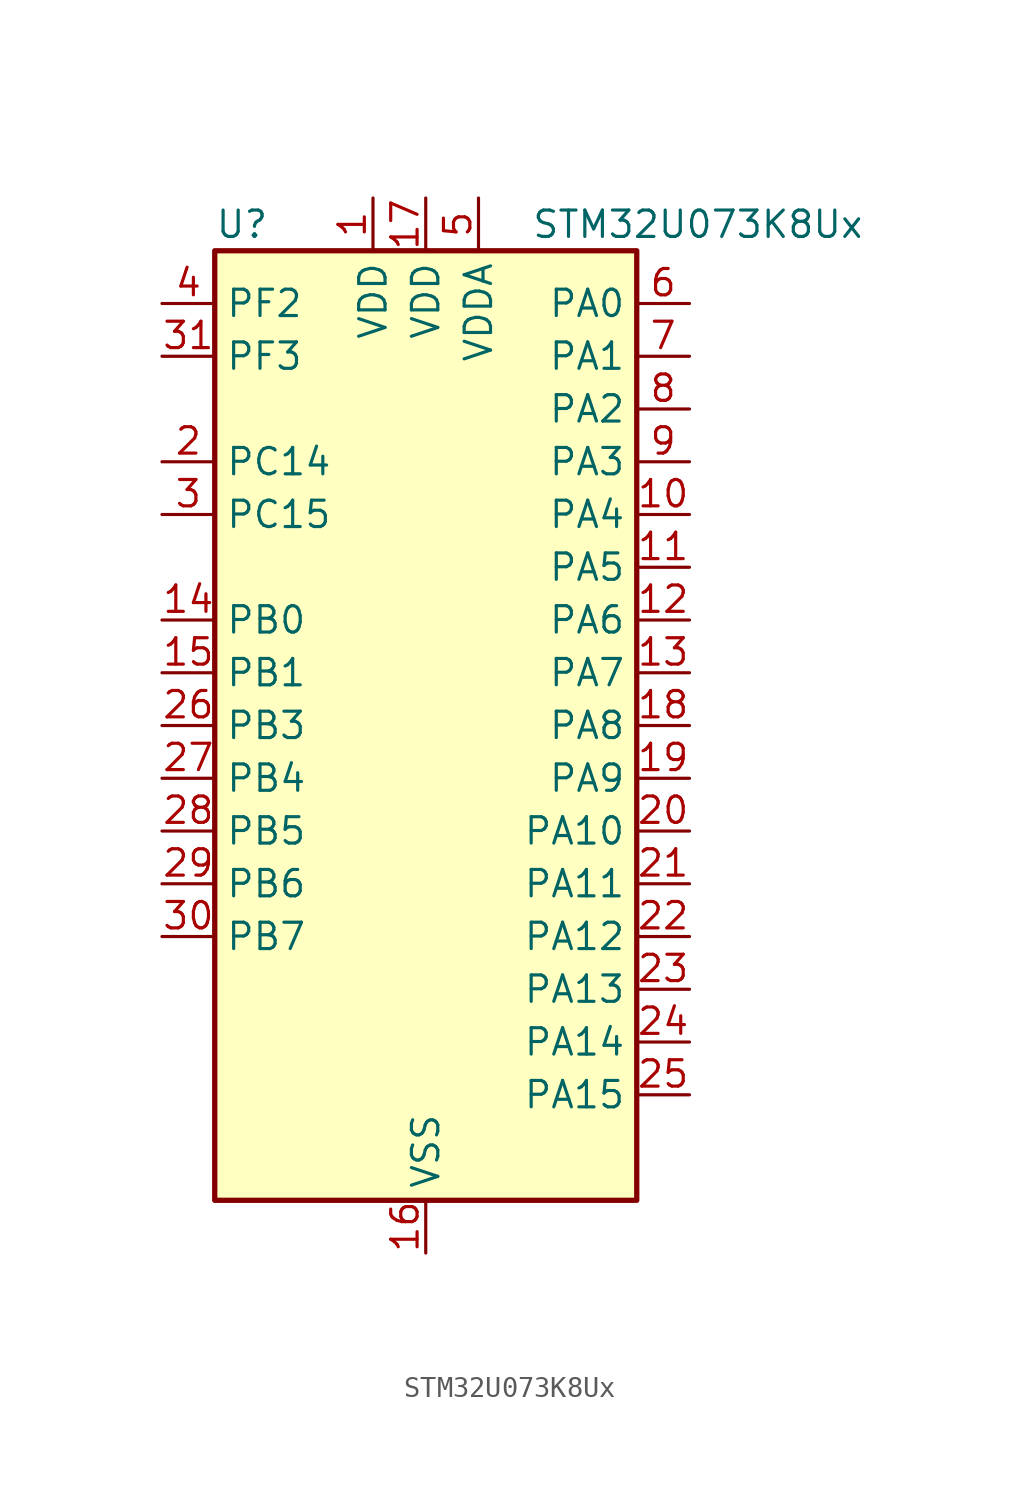
<source format=kicad_sym>
(kicad_symbol_lib
  (version 20231120)
  (generator "kicad_symbol_editor")
  (generator_version "8.99")
  (symbol "STM32U073K8Ux"
    (property "Reference" "U"
      (at -10.16 24.13 0)
      (effects (font (size 1.27 1.27)) (justify left)))
    (property "Value" "STM32U073K8Ux"
      (at 5.08 24.13 0)
      (effects (font (size 1.27 1.27)) (justify left)))
    (property "ki_locked" ""
      (at 0 0 0)
      (effects (font (size 1.27 1.27))))
    (symbol "STM32U073K8Ux_0_1"
      (rectangle (start -10.16 -22.86) (end 10.16 22.86) (stroke (width 0.254) (type default)) (fill (type background))))
    (symbol "STM32U073K8Ux_1_1"
      (pin power_in line (at -2.54 25.4 270) (length 2.54) (name "VDD" (effects (font (size 1.27 1.27)))) (number "1" (effects (font (size 1.27 1.27)))))
      (pin bidirectional line (at 12.7 10.16 180) (length 2.54) (name "PA4" (effects (font (size 1.27 1.27)))) (number "10" (effects (font (size 1.27 1.27)))) (alternate "ADC1_IN8" bidirectional line) (alternate "COMP1_INM" bidirectional line) (alternate "COMP2_INM" bidirectional line) (alternate "DAC1_OUT1" bidirectional line) (alternate "LCD_SEG43" bidirectional line) (alternate "LPTIM2_CH1" bidirectional line) (alternate "LPUART3_TX" bidirectional line) (alternate "SPI1_NSS" bidirectional line) (alternate "SPI3_NSS" bidirectional line) (alternate "USART2_CK" bidirectional line))
      (pin bidirectional line (at 12.7 7.62 180) (length 2.54) (name "PA5" (effects (font (size 1.27 1.27)))) (number "11" (effects (font (size 1.27 1.27)))) (alternate "ADC1_IN9" bidirectional line) (alternate "COMP1_INM" bidirectional line) (alternate "COMP2_INM" bidirectional line) (alternate "LCD_SEG44" bidirectional line) (alternate "LPTIM2_ETR" bidirectional line) (alternate "LPUART3_RX" bidirectional line) (alternate "SPI1_SCK" bidirectional line) (alternate "TIM2_CH1" bidirectional line) (alternate "TIM2_ETR" bidirectional line) (alternate "USART3_TX" bidirectional line))
      (pin bidirectional line (at 12.7 5.08 180) (length 2.54) (name "PA6" (effects (font (size 1.27 1.27)))) (number "12" (effects (font (size 1.27 1.27)))) (alternate "ADC1_IN10" bidirectional line) (alternate "COMP1_OUT" bidirectional line) (alternate "I2C2_SDA" bidirectional line) (alternate "I2C3_SDA" bidirectional line) (alternate "LCD_SEG3" bidirectional line) (alternate "LPUART1_CTS" bidirectional line) (alternate "SPI1_MISO" bidirectional line) (alternate "TIM16_CH1" bidirectional line) (alternate "TIM1_BKIN" bidirectional line) (alternate "TIM3_CH1" bidirectional line) (alternate "TSC_G5_IO1" bidirectional line) (alternate "USART3_CTS" bidirectional line))
      (pin bidirectional line (at 12.7 2.54 180) (length 2.54) (name "PA7" (effects (font (size 1.27 1.27)))) (number "13" (effects (font (size 1.27 1.27)))) (alternate "ADC1_IN14" bidirectional line) (alternate "COMP2_OUT" bidirectional line) (alternate "I2C2_SCL" bidirectional line) (alternate "I2C3_SCL" bidirectional line) (alternate "LCD_SEG4" bidirectional line) (alternate "LPTIM2_CH2" bidirectional line) (alternate "SPI1_MOSI" bidirectional line) (alternate "TIM1_CH1N" bidirectional line) (alternate "TIM3_CH2" bidirectional line) (alternate "USART3_RX" bidirectional line))
      (pin bidirectional line (at -12.7 5.08 0) (length 2.54) (name "PB0" (effects (font (size 1.27 1.27)))) (number "14" (effects (font (size 1.27 1.27)))) (alternate "ADC1_IN17" bidirectional line) (alternate "COMP1_OUT" bidirectional line) (alternate "LCD_SEG5" bidirectional line) (alternate "LPTIM3_CH1" bidirectional line) (alternate "LPUART2_CTS" bidirectional line) (alternate "SPI1_NSS" bidirectional line) (alternate "TIM1_CH2N" bidirectional line) (alternate "TIM3_CH3" bidirectional line) (alternate "TSC_G5_IO2" bidirectional line) (alternate "USART3_CK" bidirectional line))
      (pin bidirectional line (at -12.7 2.54 0) (length 2.54) (name "PB1" (effects (font (size 1.27 1.27)))) (number "15" (effects (font (size 1.27 1.27)))) (alternate "ADC1_IN18" bidirectional line) (alternate "COMP1_INM" bidirectional line) (alternate "LCD_SEG6" bidirectional line) (alternate "LPTIM2_IN1" bidirectional line) (alternate "LPTIM3_CH2" bidirectional line) (alternate "LPUART1_DE" bidirectional line) (alternate "LPUART1_RTS" bidirectional line) (alternate "LPUART2_DE" bidirectional line) (alternate "LPUART2_RTS" bidirectional line) (alternate "TIM1_CH3N" bidirectional line) (alternate "TIM3_CH4" bidirectional line) (alternate "TSC_SYNC" bidirectional line) (alternate "USART3_DE" bidirectional line) (alternate "USART3_RTS" bidirectional line))
      (pin power_in line (at 0 -25.4 90) (length 2.54) (name "VSS" (effects (font (size 1.27 1.27)))) (number "16" (effects (font (size 1.27 1.27)))))
      (pin power_in line (at 0 25.4 270) (length 2.54) (name "VDD" (effects (font (size 1.27 1.27)))) (number "17" (effects (font (size 1.27 1.27)))))
      (pin bidirectional line (at 12.7 0 180) (length 2.54) (name "PA8" (effects (font (size 1.27 1.27)))) (number "18" (effects (font (size 1.27 1.27)))) (alternate "LCD_COM0" bidirectional line) (alternate "LPTIM2_CH1" bidirectional line) (alternate "RCC_MCO" bidirectional line) (alternate "RCC_MCO2" bidirectional line) (alternate "TIM1_CH1" bidirectional line) (alternate "TSC_G7_IO1" bidirectional line) (alternate "USART1_CK" bidirectional line))
      (pin bidirectional line (at 12.7 -2.54 180) (length 2.54) (name "PA9" (effects (font (size 1.27 1.27)))) (number "19" (effects (font (size 1.27 1.27)))) (alternate "COMP1_INP" bidirectional line) (alternate "DAC1_EXTI9" bidirectional line) (alternate "I2C1_SCL" bidirectional line) (alternate "I2C2_SCL" bidirectional line) (alternate "LCD_COM1" bidirectional line) (alternate "RCC_MCO" bidirectional line) (alternate "TIM15_BKIN" bidirectional line) (alternate "TIM1_CH2" bidirectional line) (alternate "TSC_G7_IO2" bidirectional line) (alternate "USART1_TX" bidirectional line))
      (pin bidirectional line (at -12.7 12.7 0) (length 2.54) (name "PC14" (effects (font (size 1.27 1.27)))) (number "2" (effects (font (size 1.27 1.27)))) (alternate "RCC_OSC32_IN" bidirectional line))
      (pin bidirectional line (at 12.7 -5.08 180) (length 2.54) (name "PA10" (effects (font (size 1.27 1.27)))) (number "20" (effects (font (size 1.27 1.27)))) (alternate "CRS_SYNC" bidirectional line) (alternate "I2C1_SDA" bidirectional line) (alternate "I2C2_SDA" bidirectional line) (alternate "LCD_COM2" bidirectional line) (alternate "RCC_MCO2" bidirectional line) (alternate "SPI2_NSS" bidirectional line) (alternate "TIM1_CH3" bidirectional line) (alternate "TSC_G7_IO3" bidirectional line) (alternate "USART1_RX" bidirectional line))
      (pin bidirectional line (at 12.7 -7.62 180) (length 2.54) (name "PA11" (effects (font (size 1.27 1.27)))) (number "21" (effects (font (size 1.27 1.27)))) (alternate "ADC1_EXTI11" bidirectional line) (alternate "COMP1_OUT" bidirectional line) (alternate "SPI1_MISO" bidirectional line) (alternate "SPI2_MISO" bidirectional line) (alternate "TIM1_BKIN2" bidirectional line) (alternate "TIM1_CH4" bidirectional line) (alternate "USART1_CTS" bidirectional line) (alternate "USB_DM" bidirectional line))
      (pin bidirectional line (at 12.7 -10.16 180) (length 2.54) (name "PA12" (effects (font (size 1.27 1.27)))) (number "22" (effects (font (size 1.27 1.27)))) (alternate "SPI1_MOSI" bidirectional line) (alternate "SPI2_MOSI" bidirectional line) (alternate "TIM1_ETR" bidirectional line) (alternate "USART1_DE" bidirectional line) (alternate "USART1_RTS" bidirectional line) (alternate "USB_DP" bidirectional line))
      (pin bidirectional line (at 12.7 -12.7 180) (length 2.54) (name "PA13" (effects (font (size 1.27 1.27)))) (number "23" (effects (font (size 1.27 1.27)))) (alternate "DEBUG_JTMS-SWDIO" bidirectional line) (alternate "IR_OUT" bidirectional line) (alternate "LCD_SEG40" bidirectional line) (alternate "TSC_G7_IO4" bidirectional line) (alternate "USB_NOE" bidirectional line))
      (pin bidirectional line (at 12.7 -15.24 180) (length 2.54) (name "PA14" (effects (font (size 1.27 1.27)))) (number "24" (effects (font (size 1.27 1.27)))) (alternate "DEBUG_JTCK-SWCLK" bidirectional line) (alternate "LCD_SEG41" bidirectional line) (alternate "LPTIM1_CH1" bidirectional line) (alternate "TSC_G3_IO4" bidirectional line))
      (pin bidirectional line (at 12.7 -17.78 180) (length 2.54) (name "PA15" (effects (font (size 1.27 1.27)))) (number "25" (effects (font (size 1.27 1.27)))) (alternate "DEBUG_JTDI" bidirectional line) (alternate "LCD_SEG17" bidirectional line) (alternate "LPTIM3_CH3" bidirectional line) (alternate "LPTIM3_IN2" bidirectional line) (alternate "SPI1_NSS" bidirectional line) (alternate "SPI3_NSS" bidirectional line) (alternate "TIM2_CH1" bidirectional line) (alternate "TIM2_ETR" bidirectional line) (alternate "TSC_G3_IO1" bidirectional line) (alternate "USART2_RX" bidirectional line) (alternate "USART3_DE" bidirectional line) (alternate "USART3_RTS" bidirectional line) (alternate "USART4_DE" bidirectional line) (alternate "USART4_RTS" bidirectional line))
      (pin bidirectional line (at -12.7 0 0) (length 2.54) (name "PB3" (effects (font (size 1.27 1.27)))) (number "26" (effects (font (size 1.27 1.27)))) (alternate "COMP2_INM" bidirectional line) (alternate "DEBUG_JTDO-SWO" bidirectional line) (alternate "I2C2_SCL" bidirectional line) (alternate "I2C3_SCL" bidirectional line) (alternate "LCD_SEG7" bidirectional line) (alternate "LPTIM1_CH3" bidirectional line) (alternate "SPI1_SCK" bidirectional line) (alternate "SPI3_SCK" bidirectional line) (alternate "TIM2_CH2" bidirectional line) (alternate "USART1_DE" bidirectional line) (alternate "USART1_RTS" bidirectional line))
      (pin bidirectional line (at -12.7 -2.54 0) (length 2.54) (name "PB4" (effects (font (size 1.27 1.27)))) (number "27" (effects (font (size 1.27 1.27)))) (alternate "COMP2_INP" bidirectional line) (alternate "I2C2_SDA" bidirectional line) (alternate "I2C3_SDA" bidirectional line) (alternate "LCD_SEG8" bidirectional line) (alternate "LPTIM1_CH4" bidirectional line) (alternate "LPUART3_DE" bidirectional line) (alternate "LPUART3_RTS" bidirectional line) (alternate "SPI1_MISO" bidirectional line) (alternate "SPI3_MISO" bidirectional line) (alternate "TIM3_CH1" bidirectional line) (alternate "TSC_G2_IO1" bidirectional line) (alternate "USART1_CTS" bidirectional line))
      (pin bidirectional line (at -12.7 -5.08 0) (length 2.54) (name "PB5" (effects (font (size 1.27 1.27)))) (number "28" (effects (font (size 1.27 1.27)))) (alternate "COMP2_OUT" bidirectional line) (alternate "LCD_SEG9" bidirectional line) (alternate "LPTIM1_IN1" bidirectional line) (alternate "LPUART3_CTS" bidirectional line) (alternate "SPI1_MOSI" bidirectional line) (alternate "SPI3_MOSI" bidirectional line) (alternate "TIM16_BKIN" bidirectional line) (alternate "TIM3_CH2" bidirectional line) (alternate "TSC_G2_IO2" bidirectional line) (alternate "USART1_CK" bidirectional line))
      (pin bidirectional line (at -12.7 -7.62 0) (length 2.54) (name "PB6" (effects (font (size 1.27 1.27)))) (number "29" (effects (font (size 1.27 1.27)))) (alternate "COMP2_INP" bidirectional line) (alternate "I2C1_SCL" bidirectional line) (alternate "I2C2_SCL" bidirectional line) (alternate "I2C4_SCL" bidirectional line) (alternate "LPTIM1_ETR" bidirectional line) (alternate "LPUART2_TX" bidirectional line) (alternate "LPUART3_TX" bidirectional line) (alternate "TIM16_CH1N" bidirectional line) (alternate "TSC_G2_IO3" bidirectional line) (alternate "USART1_TX" bidirectional line))
      (pin bidirectional line (at -12.7 10.16 0) (length 2.54) (name "PC15" (effects (font (size 1.27 1.27)))) (number "3" (effects (font (size 1.27 1.27)))) (alternate "RCC_OSC32_EN" bidirectional line) (alternate "RCC_OSC32_OUT" bidirectional line) (alternate "RCC_OSC_EN" bidirectional line))
      (pin bidirectional line (at -12.7 -10.16 0) (length 2.54) (name "PB7" (effects (font (size 1.27 1.27)))) (number "30" (effects (font (size 1.27 1.27)))) (alternate "COMP2_INM" bidirectional line) (alternate "I2C1_SDA" bidirectional line) (alternate "I2C2_SDA" bidirectional line) (alternate "I2C4_SDA" bidirectional line) (alternate "LCD_SEG21" bidirectional line) (alternate "LPTIM1_IN2" bidirectional line) (alternate "LPUART2_RX" bidirectional line) (alternate "LPUART3_RX" bidirectional line) (alternate "PWR_PVD_IN" bidirectional line) (alternate "TSC_G2_IO4" bidirectional line) (alternate "USART1_RX" bidirectional line) (alternate "USART4_CTS" bidirectional line))
      (pin bidirectional line (at -12.7 17.78 0) (length 2.54) (name "PF3" (effects (font (size 1.27 1.27)))) (number "31" (effects (font (size 1.27 1.27)))))
      (pin passive line (at 0 -25.4 90) (length 2.54) hide (name "VSS" (effects (font (size 1.27 1.27)))) (number "32" (effects (font (size 1.27 1.27)))))
      (pin passive line (at 0 -25.4 90) (length 2.54) hide (name "VSS" (effects (font (size 1.27 1.27)))) (number "33" (effects (font (size 1.27 1.27)))))
      (pin bidirectional line (at -12.7 20.32 0) (length 2.54) (name "PF2" (effects (font (size 1.27 1.27)))) (number "4" (effects (font (size 1.27 1.27)))) (alternate "RCC_MCO" bidirectional line))
      (pin power_in line (at 2.54 25.4 270) (length 2.54) (name "VDDA" (effects (font (size 1.27 1.27)))) (number "5" (effects (font (size 1.27 1.27)))))
      (pin bidirectional line (at 12.7 20.32 180) (length 2.54) (name "PA0" (effects (font (size 1.27 1.27)))) (number "6" (effects (font (size 1.27 1.27)))) (alternate "ADC1_IN4" bidirectional line) (alternate "COMP1_INM" bidirectional line) (alternate "COMP1_OUT" bidirectional line) (alternate "LCD_SEG42" bidirectional line) (alternate "OPAMP1_VINP" bidirectional line) (alternate "PWR_WKUP1" bidirectional line) (alternate "TAMP_IN2" bidirectional line) (alternate "TIM2_CH1" bidirectional line) (alternate "TIM2_ETR" bidirectional line) (alternate "USART2_CTS" bidirectional line) (alternate "USART4_TX" bidirectional line))
      (pin bidirectional line (at 12.7 17.78 180) (length 2.54) (name "PA1" (effects (font (size 1.27 1.27)))) (number "7" (effects (font (size 1.27 1.27)))) (alternate "ADC1_IN5" bidirectional line) (alternate "COMP1_INP" bidirectional line) (alternate "LCD_SEG0" bidirectional line) (alternate "LPTIM1_CH2" bidirectional line) (alternate "OPAMP1_VINM" bidirectional line) (alternate "PWR_WKUP3" bidirectional line) (alternate "SPI1_SCK" bidirectional line) (alternate "SPI2_SCK" bidirectional line) (alternate "TAMP_IN5" bidirectional line) (alternate "TIM15_CH1N" bidirectional line) (alternate "TIM2_CH2" bidirectional line) (alternate "USART2_DE" bidirectional line) (alternate "USART2_RTS" bidirectional line) (alternate "USART4_RX" bidirectional line))
      (pin bidirectional line (at 12.7 15.24 180) (length 2.54) (name "PA2" (effects (font (size 1.27 1.27)))) (number "8" (effects (font (size 1.27 1.27)))) (alternate "ADC1_IN6" bidirectional line) (alternate "COMP2_INM" bidirectional line) (alternate "COMP2_OUT" bidirectional line) (alternate "LCD_SEG1" bidirectional line) (alternate "LPUART1_TX" bidirectional line) (alternate "PWR_WKUP4" bidirectional line) (alternate "RCC_LSCO" bidirectional line) (alternate "TIM15_CH1" bidirectional line) (alternate "TIM2_CH3" bidirectional line) (alternate "USART2_TX" bidirectional line))
      (pin bidirectional line (at 12.7 12.7 180) (length 2.54) (name "PA3" (effects (font (size 1.27 1.27)))) (number "9" (effects (font (size 1.27 1.27)))) (alternate "ADC1_IN7" bidirectional line) (alternate "COMP2_INP" bidirectional line) (alternate "LCD_SEG2" bidirectional line) (alternate "LPUART1_RX" bidirectional line) (alternate "OPAMP1_VOUT" bidirectional line) (alternate "TIM15_CH2" bidirectional line) (alternate "TIM2_CH4" bidirectional line) (alternate "USART2_RX" bidirectional line)))))
</source>
